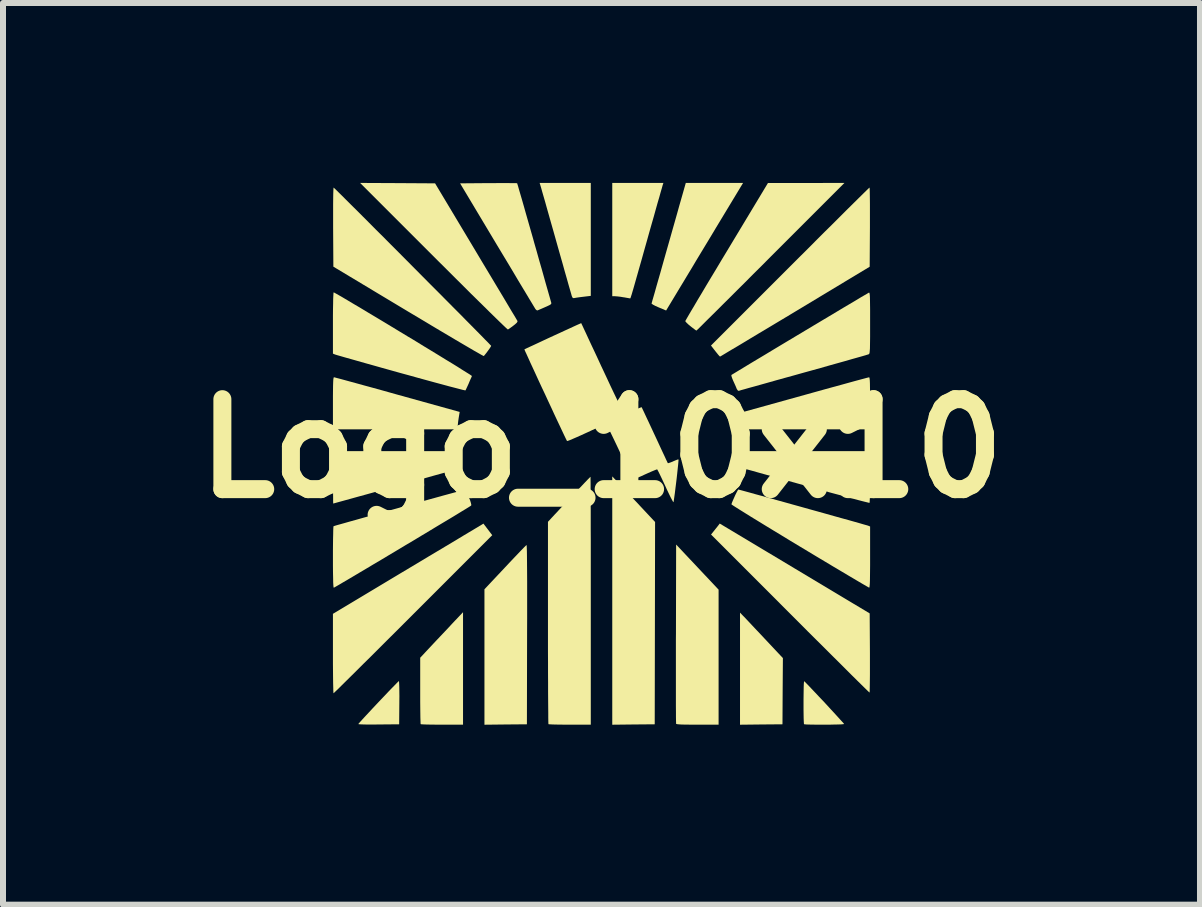
<source format=kicad_pcb>
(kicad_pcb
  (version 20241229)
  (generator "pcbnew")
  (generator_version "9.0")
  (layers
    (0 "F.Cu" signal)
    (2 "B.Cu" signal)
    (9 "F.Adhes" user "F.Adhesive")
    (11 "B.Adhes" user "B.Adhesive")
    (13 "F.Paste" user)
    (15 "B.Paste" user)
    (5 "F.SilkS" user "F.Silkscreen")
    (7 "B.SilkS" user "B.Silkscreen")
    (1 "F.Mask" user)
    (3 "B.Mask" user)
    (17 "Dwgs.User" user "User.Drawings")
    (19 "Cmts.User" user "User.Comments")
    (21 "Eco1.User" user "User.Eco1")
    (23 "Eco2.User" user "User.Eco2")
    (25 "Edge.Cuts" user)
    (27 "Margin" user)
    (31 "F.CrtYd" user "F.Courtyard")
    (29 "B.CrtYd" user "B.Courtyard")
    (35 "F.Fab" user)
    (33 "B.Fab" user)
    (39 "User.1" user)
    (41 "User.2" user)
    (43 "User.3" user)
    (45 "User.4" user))
  (footprint "Logo_10x10"
    (layer "F.Cu")
    (at 6.979 4.427)
    (property "Reference" "Logo_10x10" (at 0 0 0) (layer "F.SilkS") (effects (font (size 1.5 1.5) (thickness 0.3))))
    (attr board_only exclude_from_pos_files exclude_from_bom)
    (fp_poly (pts (xy 0.215 0.504) (xy 0.233 0.522) (xy 0.265 0.556) (xy 0.31 0.604) (xy 0.366 0.664) (xy 0.431 0.733) (xy 0.501 0.808) (xy 0.573 0.884) (xy 0.893 1.226) (xy 0.89 2.913) (xy 0.887 4.599) (xy 0.533 4.602) (xy 0.179 4.606) (xy 0.179 2.536) (xy 0.179 0.466)) (stroke (width 0) (type solid)) (fill yes) (layer "F.SilkS"))
    (fp_poly (pts (xy 2.358 2.788) (xy 2.379 2.809) (xy 2.414 2.846) (xy 2.462 2.897) (xy 2.52 2.959) (xy 2.586 3.029) (xy 2.658 3.105) (xy 2.716 3.167) (xy 3.024 3.495) (xy 3.02 4.047) (xy 3.017 4.599) (xy 2.663 4.602) (xy 2.309 4.606) (xy 2.309 3.671) (xy 2.309 2.737)) (stroke (width 0) (type solid)) (fill yes) (layer "F.SilkS"))
    (fp_poly (pts (xy -1.248 1.621) (xy -1.246 1.659) (xy -1.244 1.721) (xy -1.243 1.808) (xy -1.242 1.92) (xy -1.241 2.056) (xy -1.24 2.216) (xy -1.24 2.4) (xy -1.24 2.608) (xy -1.24 2.839) (xy -1.241 3.093) (xy -1.241 3.102) (xy -1.244 4.599) (xy -1.598 4.602) (xy -1.952 4.606) (xy -1.952 3.477) (xy -1.952 2.348) (xy -1.607 1.981) (xy -1.531 1.9) (xy -1.46 1.825) (xy -1.396 1.758) (xy -1.342 1.701) (xy -1.298 1.656) (xy -1.267 1.625) (xy -1.251 1.611) (xy -1.25 1.61)) (stroke (width 0) (type solid)) (fill yes) (layer "F.SilkS"))
    (fp_poly (pts (xy 1.598 1.978) (xy 1.952 2.354) (xy 1.952 3.48) (xy 1.952 4.605) (xy 1.601 4.605) (xy 1.491 4.605) (xy 1.404 4.604) (xy 1.339 4.603) (xy 1.292 4.6) (xy 1.262 4.597) (xy 1.247 4.593) (xy 1.243 4.589) (xy 1.243 4.575) (xy 1.242 4.536) (xy 1.241 4.476) (xy 1.241 4.394) (xy 1.24 4.293) (xy 1.24 4.175) (xy 1.24 4.041) (xy 1.24 3.893) (xy 1.24 3.732) (xy 1.24 3.56) (xy 1.24 3.379) (xy 1.24 3.19) (xy 1.241 3.088) (xy 1.244 1.602)) (stroke (width 0) (type solid)) (fill yes) (layer "F.SilkS"))
    (fp_poly (pts (xy -2.309 3.668) (xy -2.309 4.605) (xy -2.658 4.605) (xy -2.75 4.605) (xy -2.833 4.604) (xy -2.905 4.603) (xy -2.961 4.601) (xy -2.999 4.599) (xy -3.015 4.597) (xy -3.015 4.597) (xy -3.017 4.583) (xy -3.018 4.546) (xy -3.02 4.489) (xy -3.021 4.414) (xy -3.022 4.324) (xy -3.023 4.222) (xy -3.023 4.111) (xy -3.023 4.039) (xy -3.023 3.489) (xy -2.76 3.208) (xy -2.688 3.132) (xy -2.617 3.057) (xy -2.55 2.986) (xy -2.491 2.922) (xy -2.442 2.87) (xy -2.406 2.833) (xy -2.403 2.829) (xy -2.309 2.73)) (stroke (width 0) (type solid)) (fill yes) (layer "F.SilkS"))
    (fp_poly (pts (xy -4.447 -1.184) (xy -4.41 -1.174) (xy -4.352 -1.159) (xy -4.275 -1.138) (xy -4.18 -1.112) (xy -4.07 -1.082) (xy -3.947 -1.048) (xy -3.811 -1.011) (xy -3.666 -0.971) (xy -3.513 -0.928) (xy -3.406 -0.898) (xy -2.365 -0.609) (xy -2.381 -0.512) (xy -2.389 -0.457) (xy -2.395 -0.406) (xy -2.398 -0.368) (xy -2.398 -0.367) (xy -2.398 -0.319) (xy -3.438 -0.319) (xy -4.478 -0.319) (xy -4.478 -0.753) (xy -4.478 -0.875) (xy -4.477 -0.973) (xy -4.476 -1.05) (xy -4.474 -1.108) (xy -4.472 -1.148) (xy -4.468 -1.173) (xy -4.464 -1.185) (xy -4.462 -1.187)) (stroke (width 0) (type solid)) (fill yes) (layer "F.SilkS"))
    (fp_poly (pts (xy 4.466 -1.181) (xy 4.47 -1.164) (xy 4.473 -1.132) (xy 4.475 -1.084) (xy 4.476 -1.018) (xy 4.477 -0.932) (xy 4.478 -0.823) (xy 4.478 -0.753) (xy 4.478 -0.319) (xy 3.438 -0.319) (xy 2.398 -0.319) (xy 2.398 -0.367) (xy 2.395 -0.403) (xy 2.389 -0.454) (xy 2.382 -0.509) (xy 2.381 -0.512) (xy 2.365 -0.609) (xy 3.406 -0.898) (xy 3.564 -0.942) (xy 3.715 -0.984) (xy 3.857 -1.023) (xy 3.989 -1.059) (xy 4.108 -1.092) (xy 4.213 -1.121) (xy 4.302 -1.145) (xy 4.373 -1.164) (xy 4.425 -1.178) (xy 4.455 -1.185) (xy 4.462 -1.187)) (stroke (width 0) (type solid)) (fill yes) (layer "F.SilkS"))
    (fp_poly (pts (xy -3.376 3.89) (xy -3.374 3.925) (xy -3.372 3.979) (xy -3.371 4.048) (xy -3.37 4.13) (xy -3.371 4.222) (xy -3.371 4.239) (xy -3.374 4.599) (xy -3.717 4.602) (xy -3.809 4.603) (xy -3.891 4.603) (xy -3.959 4.602) (xy -4.012 4.6) (xy -4.044 4.598) (xy -4.055 4.595) (xy -4.045 4.582) (xy -4.02 4.554) (xy -3.982 4.512) (xy -3.934 4.46) (xy -3.877 4.399) (xy -3.815 4.332) (xy -3.75 4.263) (xy -3.683 4.192) (xy -3.617 4.123) (xy -3.555 4.057) (xy -3.499 3.999) (xy -3.45 3.949) (xy -3.413 3.911) (xy -3.388 3.886) (xy -3.378 3.878)) (stroke (width 0) (type solid)) (fill yes) (layer "F.SilkS"))
    (fp_poly (pts (xy -0.179 -3.486) (xy -0.179 -2.544) (xy -0.313 -2.528) (xy -0.37 -2.521) (xy -0.418 -2.514) (xy -0.452 -2.508) (xy -0.464 -2.506) (xy -0.481 -2.511) (xy -0.496 -2.541) (xy -0.501 -2.56) (xy -0.513 -2.602) (xy -0.531 -2.664) (xy -0.554 -2.744) (xy -0.581 -2.841) (xy -0.613 -2.952) (xy -0.647 -3.075) (xy -0.685 -3.208) (xy -0.725 -3.349) (xy -0.759 -3.47) (xy -0.8 -3.616) (xy -0.84 -3.756) (xy -0.877 -3.887) (xy -0.911 -4.007) (xy -0.941 -4.115) (xy -0.968 -4.208) (xy -0.99 -4.284) (xy -1.006 -4.342) (xy -1.017 -4.379) (xy -1.021 -4.392) (xy -1.032 -4.427) (xy -0.605 -4.427) (xy -0.179 -4.427)) (stroke (width 0) (type solid)) (fill yes) (layer "F.SilkS"))
    (fp_poly (pts (xy 3.221 2.001) (xy 4.471 2.75) (xy 4.475 3.41) (xy 4.475 3.537) (xy 4.475 3.656) (xy 4.475 3.764) (xy 4.474 3.86) (xy 4.473 3.941) (xy 4.472 4.004) (xy 4.471 4.047) (xy 4.469 4.068) (xy 4.468 4.07) (xy 4.458 4.061) (xy 4.431 4.035) (xy 4.388 3.993) (xy 4.33 3.936) (xy 4.258 3.865) (xy 4.173 3.781) (xy 4.076 3.684) (xy 3.969 3.577) (xy 3.851 3.46) (xy 3.724 3.333) (xy 3.589 3.199) (xy 3.447 3.058) (xy 3.3 2.91) (xy 3.147 2.757) (xy 3.142 2.752) (xy 1.826 1.435) (xy 1.876 1.373) (xy 1.907 1.334) (xy 1.935 1.299) (xy 1.949 1.281) (xy 1.971 1.252)) (stroke (width 0) (type solid)) (fill yes) (layer "F.SilkS"))
    (fp_poly (pts (xy -2.386 0.189) (xy -2.366 0.333) (xy -2.43 0.351) (xy -2.463 0.36) (xy -2.517 0.375) (xy -2.588 0.396) (xy -2.676 0.42) (xy -2.777 0.448) (xy -2.89 0.48) (xy -3.013 0.514) (xy -3.142 0.55) (xy -3.276 0.587) (xy -3.413 0.625) (xy -3.551 0.663) (xy -3.687 0.701) (xy -3.819 0.738) (xy -3.945 0.773) (xy -4.062 0.805) (xy -4.17 0.835) (xy -4.264 0.861) (xy -4.344 0.883) (xy -4.406 0.9) (xy -4.449 0.912) (xy -4.471 0.918) (xy -4.473 0.919) (xy -4.474 0.906) (xy -4.475 0.871) (xy -4.475 0.817) (xy -4.476 0.746) (xy -4.476 0.66) (xy -4.475 0.564) (xy -4.475 0.482) (xy -4.471 0.045) (xy -3.439 0.045) (xy -2.406 0.045)) (stroke (width 0) (type solid)) (fill yes) (layer "F.SilkS"))
    (fp_poly (pts (xy 4.475 0.471) (xy 4.475 0.573) (xy 4.475 0.667) (xy 4.475 0.749) (xy 4.474 0.817) (xy 4.472 0.868) (xy 4.47 0.899) (xy 4.468 0.907) (xy 4.455 0.905) (xy 4.419 0.896) (xy 4.362 0.882) (xy 4.285 0.862) (xy 4.192 0.837) (xy 4.082 0.808) (xy 3.959 0.774) (xy 3.824 0.738) (xy 3.679 0.698) (xy 3.526 0.655) (xy 3.413 0.624) (xy 3.255 0.58) (xy 3.104 0.538) (xy 2.962 0.498) (xy 2.831 0.462) (xy 2.713 0.429) (xy 2.609 0.4) (xy 2.521 0.375) (xy 2.451 0.356) (xy 2.401 0.342) (xy 2.373 0.334) (xy 2.366 0.332) (xy 2.368 0.32) (xy 2.372 0.288) (xy 2.379 0.241) (xy 2.386 0.188) (xy 2.406 0.045) (xy 3.439 0.045) (xy 4.471 0.045)) (stroke (width 0) (type solid)) (fill yes) (layer "F.SilkS"))
    (fp_poly (pts (xy -3.4 -4.424) (xy -2.775 -4.42) (xy -2.095 -3.285) (xy -2.002 -3.129) (xy -1.912 -2.979) (xy -1.826 -2.836) (xy -1.746 -2.702) (xy -1.672 -2.579) (xy -1.605 -2.467) (xy -1.547 -2.369) (xy -1.497 -2.285) (xy -1.456 -2.218) (xy -1.427 -2.169) (xy -1.409 -2.138) (xy -1.403 -2.129) (xy -1.401 -2.115) (xy -1.412 -2.097) (xy -1.44 -2.071) (xy -1.469 -2.048) (xy -1.508 -2.019) (xy -1.54 -1.996) (xy -1.559 -1.984) (xy -1.561 -1.983) (xy -1.571 -1.991) (xy -1.599 -2.016) (xy -1.642 -2.057) (xy -1.701 -2.114) (xy -1.773 -2.184) (xy -1.858 -2.267) (xy -1.954 -2.362) (xy -2.062 -2.468) (xy -2.179 -2.583) (xy -2.304 -2.708) (xy -2.437 -2.84) (xy -2.576 -2.979) (xy -2.721 -3.123) (xy -2.8 -3.202) (xy -4.025 -4.427)) (stroke (width 0) (type solid)) (fill yes) (layer "F.SilkS"))
    (fp_poly (pts (xy 2.819 -3.196) (xy 2.672 -3.048) (xy 2.529 -2.906) (xy 2.393 -2.769) (xy 2.263 -2.64) (xy 2.142 -2.519) (xy 2.029 -2.407) (xy 1.927 -2.305) (xy 1.836 -2.215) (xy 1.757 -2.137) (xy 1.692 -2.072) (xy 1.641 -2.021) (xy 1.605 -1.986) (xy 1.585 -1.968) (xy 1.582 -1.965) (xy 1.57 -1.972) (xy 1.543 -1.992) (xy 1.505 -2.021) (xy 1.486 -2.036) (xy 1.446 -2.069) (xy 1.416 -2.098) (xy 1.399 -2.118) (xy 1.397 -2.123) (xy 1.403 -2.136) (xy 1.422 -2.169) (xy 1.452 -2.221) (xy 1.493 -2.291) (xy 1.544 -2.376) (xy 1.603 -2.477) (xy 1.671 -2.59) (xy 1.745 -2.715) (xy 1.826 -2.85) (xy 1.913 -2.994) (xy 2.003 -3.145) (xy 2.086 -3.282) (xy 2.775 -4.426) (xy 3.413 -4.426) (xy 4.05 -4.427)) (stroke (width 0) (type solid)) (fill yes) (layer "F.SilkS"))
    (fp_poly (pts (xy 1.02 -4.392) (xy 1.015 -4.374) (xy 1.004 -4.334) (xy 0.986 -4.273) (xy 0.964 -4.193) (xy 0.936 -4.098) (xy 0.905 -3.988) (xy 0.871 -3.865) (xy 0.833 -3.733) (xy 0.793 -3.592) (xy 0.759 -3.47) (xy 0.709 -3.293) (xy 0.666 -3.139) (xy 0.628 -3.006) (xy 0.596 -2.893) (xy 0.569 -2.798) (xy 0.547 -2.72) (xy 0.529 -2.657) (xy 0.514 -2.607) (xy 0.503 -2.569) (xy 0.494 -2.542) (xy 0.488 -2.523) (xy 0.484 -2.511) (xy 0.48 -2.504) (xy 0.478 -2.502) (xy 0.476 -2.502) (xy 0.474 -2.502) (xy 0.458 -2.505) (xy 0.424 -2.511) (xy 0.379 -2.519) (xy 0.37 -2.52) (xy 0.316 -2.529) (xy 0.265 -2.535) (xy 0.227 -2.538) (xy 0.226 -2.538) (xy 0.179 -2.539) (xy 0.179 -3.483) (xy 0.179 -4.427) (xy 0.605 -4.427) (xy 1.032 -4.427)) (stroke (width 0) (type solid)) (fill yes) (layer "F.SilkS"))
    (fp_poly (pts (xy 3.39 3.891) (xy 3.416 3.917) (xy 3.455 3.957) (xy 3.504 4.009) (xy 3.561 4.069) (xy 3.623 4.135) (xy 3.689 4.204) (xy 3.755 4.275) (xy 3.819 4.345) (xy 3.88 4.411) (xy 3.934 4.47) (xy 3.98 4.521) (xy 4.016 4.56) (xy 4.038 4.585) (xy 4.044 4.594) (xy 4.032 4.597) (xy 3.999 4.6) (xy 3.948 4.602) (xy 3.883 4.603) (xy 3.81 4.605) (xy 3.731 4.605) (xy 3.652 4.605) (xy 3.575 4.605) (xy 3.506 4.604) (xy 3.447 4.603) (xy 3.404 4.601) (xy 3.38 4.598) (xy 3.376 4.597) (xy 3.374 4.582) (xy 3.372 4.547) (xy 3.37 4.494) (xy 3.369 4.428) (xy 3.368 4.353) (xy 3.368 4.272) (xy 3.368 4.19) (xy 3.369 4.11) (xy 3.37 4.036) (xy 3.371 3.972) (xy 3.373 3.922) (xy 3.376 3.89) (xy 3.378 3.88)) (stroke (width 0) (type solid)) (fill yes) (layer "F.SilkS"))
    (fp_poly (pts (xy -1.895 1.35) (xy -1.822 1.446) (xy -3.14 2.764) (xy -3.293 2.917) (xy -3.441 3.065) (xy -3.583 3.206) (xy -3.718 3.341) (xy -3.845 3.468) (xy -3.964 3.585) (xy -4.072 3.693) (xy -4.17 3.79) (xy -4.255 3.874) (xy -4.328 3.946) (xy -4.386 4.004) (xy -4.43 4.046) (xy -4.458 4.073) (xy -4.468 4.082) (xy -4.468 4.082) (xy -4.47 4.07) (xy -4.472 4.035) (xy -4.473 3.978) (xy -4.475 3.904) (xy -4.476 3.813) (xy -4.477 3.708) (xy -4.478 3.593) (xy -4.478 3.468) (xy -4.478 3.419) (xy -4.478 2.757) (xy -3.346 2.078) (xy -3.187 1.983) (xy -3.033 1.891) (xy -2.885 1.802) (xy -2.744 1.718) (xy -2.612 1.639) (xy -2.491 1.567) (xy -2.383 1.502) (xy -2.289 1.445) (xy -2.21 1.398) (xy -2.149 1.362) (xy -2.108 1.337) (xy -2.091 1.327) (xy -1.969 1.253)) (stroke (width 0) (type solid)) (fill yes) (layer "F.SilkS"))
    (fp_poly (pts (xy 1.911 -3.684) (xy 1.829 -3.547) (xy 1.745 -3.408) (xy 1.662 -3.271) (xy 1.581 -3.137) (xy 1.505 -3.009) (xy 1.434 -2.892) (xy 1.371 -2.787) (xy 1.317 -2.698) (xy 1.274 -2.627) (xy 1.27 -2.62) (xy 1.077 -2.3) (xy 0.953 -2.352) (xy 0.899 -2.376) (xy 0.859 -2.397) (xy 0.837 -2.413) (xy 0.834 -2.419) (xy 0.839 -2.433) (xy 0.849 -2.47) (xy 0.866 -2.528) (xy 0.888 -2.604) (xy 0.914 -2.698) (xy 0.945 -2.806) (xy 0.98 -2.927) (xy 1.017 -3.059) (xy 1.057 -3.201) (xy 1.099 -3.349) (xy 1.103 -3.363) (xy 1.146 -3.514) (xy 1.187 -3.659) (xy 1.226 -3.796) (xy 1.262 -3.923) (xy 1.294 -4.038) (xy 1.323 -4.139) (xy 1.347 -4.223) (xy 1.366 -4.29) (xy 1.379 -4.336) (xy 1.386 -4.36) (xy 1.386 -4.36) (xy 1.405 -4.427) (xy 1.882 -4.427) (xy 2.36 -4.427)) (stroke (width 0) (type solid)) (fill yes) (layer "F.SilkS"))
    (fp_poly (pts (xy 4.47 -4.338) (xy 4.472 -4.302) (xy 4.473 -4.246) (xy 4.474 -4.171) (xy 4.475 -4.081) (xy 4.475 -3.976) (xy 4.475 -3.861) (xy 4.475 -3.736) (xy 4.475 -3.69) (xy 4.471 -3.03) (xy 3.228 -2.281) (xy 3.065 -2.183) (xy 2.908 -2.089) (xy 2.758 -1.999) (xy 2.617 -1.915) (xy 2.487 -1.837) (xy 2.368 -1.765) (xy 2.263 -1.702) (xy 2.171 -1.648) (xy 2.096 -1.603) (xy 2.038 -1.568) (xy 1.998 -1.544) (xy 1.978 -1.533) (xy 1.976 -1.532) (xy 1.965 -1.541) (xy 1.943 -1.566) (xy 1.914 -1.602) (xy 1.897 -1.623) (xy 1.825 -1.716) (xy 3.142 -3.033) (xy 3.295 -3.186) (xy 3.443 -3.333) (xy 3.584 -3.475) (xy 3.719 -3.61) (xy 3.847 -3.736) (xy 3.965 -3.854) (xy 4.073 -3.962) (xy 4.17 -4.058) (xy 4.256 -4.143) (xy 4.328 -4.214) (xy 4.387 -4.272) (xy 4.43 -4.314) (xy 4.458 -4.341) (xy 4.468 -4.35) (xy 4.468 -4.35)) (stroke (width 0) (type solid)) (fill yes) (layer "F.SilkS"))
    (fp_poly (pts (xy -0.183 0.485) (xy -0.183 0.521) (xy -0.182 0.581) (xy -0.182 0.662) (xy -0.181 0.763) (xy -0.181 0.883) (xy -0.18 1.02) (xy -0.18 1.174) (xy -0.18 1.342) (xy -0.179 1.524) (xy -0.179 1.718) (xy -0.179 1.923) (xy -0.179 2.137) (xy -0.179 2.359) (xy -0.179 2.539) (xy -0.179 4.605) (xy -0.527 4.605) (xy -0.619 4.605) (xy -0.703 4.604) (xy -0.774 4.603) (xy -0.831 4.601) (xy -0.868 4.599) (xy -0.884 4.597) (xy -0.885 4.597) (xy -0.886 4.583) (xy -0.887 4.546) (xy -0.888 4.486) (xy -0.888 4.405) (xy -0.889 4.304) (xy -0.89 4.185) (xy -0.891 4.05) (xy -0.891 3.9) (xy -0.892 3.736) (xy -0.892 3.56) (xy -0.893 3.374) (xy -0.893 3.178) (xy -0.893 2.975) (xy -0.893 2.906) (xy -0.893 1.223) (xy -0.832 1.157) (xy -0.78 1.101) (xy -0.72 1.037) (xy -0.655 0.967) (xy -0.586 0.894) (xy -0.516 0.82) (xy -0.448 0.747) (xy -0.383 0.679) (xy -0.323 0.616) (xy -0.272 0.562) (xy -0.23 0.518) (xy -0.2 0.488) (xy -0.185 0.473) (xy -0.184 0.472)) (stroke (width 0) (type solid)) (fill yes) (layer "F.SilkS"))
    (fp_poly (pts (xy -1.517 -4.424) (xy -1.46 -4.424) (xy -1.422 -4.423) (xy -1.407 -4.422) (xy -1.407 -4.422) (xy -1.403 -4.409) (xy -1.392 -4.374) (xy -1.376 -4.317) (xy -1.354 -4.242) (xy -1.327 -4.15) (xy -1.296 -4.042) (xy -1.262 -3.921) (xy -1.224 -3.788) (xy -1.183 -3.645) (xy -1.14 -3.495) (xy -1.124 -3.436) (xy -1.08 -3.283) (xy -1.039 -3.136) (xy -0.999 -2.998) (xy -0.963 -2.87) (xy -0.931 -2.755) (xy -0.902 -2.654) (xy -0.878 -2.57) (xy -0.859 -2.504) (xy -0.846 -2.457) (xy -0.839 -2.433) (xy -0.838 -2.43) (xy -0.837 -2.417) (xy -0.845 -2.404) (xy -0.867 -2.39) (xy -0.907 -2.371) (xy -0.941 -2.356) (xy -0.991 -2.334) (xy -1.033 -2.316) (xy -1.061 -2.304) (xy -1.067 -2.301) (xy -1.084 -2.306) (xy -1.102 -2.324) (xy -1.111 -2.339) (xy -1.132 -2.374) (xy -1.165 -2.429) (xy -1.208 -2.5) (xy -1.26 -2.587) (xy -1.321 -2.688) (xy -1.389 -2.801) (xy -1.463 -2.926) (xy -1.543 -3.06) (xy -1.628 -3.201) (xy -1.717 -3.349) (xy -1.74 -3.387) (xy -2.358 -4.42) (xy -1.885 -4.424) (xy -1.778 -4.424) (xy -1.679 -4.425) (xy -1.591 -4.425)) (stroke (width 0) (type solid)) (fill yes) (layer "F.SilkS"))
    (fp_poly (pts (xy -4.457 -4.341) (xy -4.43 -4.316) (xy -4.388 -4.274) (xy -4.331 -4.218) (xy -4.262 -4.149) (xy -4.181 -4.068) (xy -4.088 -3.976) (xy -3.987 -3.875) (xy -3.877 -3.765) (xy -3.761 -3.648) (xy -3.638 -3.526) (xy -3.511 -3.398) (xy -3.381 -3.268) (xy -3.249 -3.135) (xy -3.116 -3.001) (xy -2.983 -2.867) (xy -2.852 -2.735) (xy -2.723 -2.606) (xy -2.599 -2.481) (xy -2.479 -2.36) (xy -2.366 -2.247) (xy -2.261 -2.14) (xy -2.165 -2.043) (xy -2.079 -1.956) (xy -2.004 -1.88) (xy -1.942 -1.816) (xy -1.893 -1.767) (xy -1.86 -1.732) (xy -1.842 -1.714) (xy -1.84 -1.711) (xy -1.846 -1.698) (xy -1.863 -1.671) (xy -1.888 -1.636) (xy -1.915 -1.599) (xy -1.942 -1.565) (xy -1.962 -1.541) (xy -1.963 -1.541) (xy -1.975 -1.546) (xy -2.007 -1.563) (xy -2.059 -1.593) (xy -2.128 -1.632) (xy -2.213 -1.682) (xy -2.314 -1.741) (xy -2.428 -1.808) (xy -2.554 -1.883) (xy -2.691 -1.964) (xy -2.837 -2.051) (xy -2.992 -2.144) (xy -3.153 -2.24) (xy -3.222 -2.281) (xy -4.471 -3.031) (xy -4.475 -3.691) (xy -4.475 -3.828) (xy -4.475 -3.953) (xy -4.475 -4.065) (xy -4.474 -4.161) (xy -4.473 -4.24) (xy -4.471 -4.299) (xy -4.469 -4.336) (xy -4.467 -4.35) (xy -4.467 -4.35)) (stroke (width 0) (type solid)) (fill yes) (layer "F.SilkS"))
    (fp_poly (pts (xy -4.452 -2.596) (xy -4.418 -2.577) (xy -4.367 -2.548) (xy -4.298 -2.508) (xy -4.216 -2.459) (xy -4.12 -2.402) (xy -4.013 -2.339) (xy -3.897 -2.269) (xy -3.773 -2.195) (xy -3.643 -2.117) (xy -3.509 -2.036) (xy -3.372 -1.953) (xy -3.235 -1.87) (xy -3.098 -1.788) (xy -2.965 -1.706) (xy -2.836 -1.628) (xy -2.713 -1.553) (xy -2.598 -1.482) (xy -2.492 -1.418) (xy -2.398 -1.36) (xy -2.318 -1.309) (xy -2.252 -1.268) (xy -2.202 -1.237) (xy -2.171 -1.216) (xy -2.161 -1.208) (xy -2.161 -1.208) (xy -2.168 -1.19) (xy -2.184 -1.155) (xy -2.204 -1.109) (xy -2.214 -1.084) (xy -2.236 -1.036) (xy -2.254 -0.997) (xy -2.266 -0.972) (xy -2.269 -0.968) (xy -2.282 -0.97) (xy -2.318 -0.978) (xy -2.375 -0.993) (xy -2.452 -1.013) (xy -2.545 -1.037) (xy -2.655 -1.067) (xy -2.778 -1.1) (xy -2.913 -1.137) (xy -3.059 -1.177) (xy -3.213 -1.22) (xy -3.349 -1.257) (xy -3.51 -1.302) (xy -3.664 -1.345) (xy -3.809 -1.386) (xy -3.945 -1.424) (xy -4.068 -1.459) (xy -4.177 -1.49) (xy -4.27 -1.516) (xy -4.346 -1.538) (xy -4.402 -1.554) (xy -4.438 -1.565) (xy -4.449 -1.569) (xy -4.478 -1.581) (xy -4.478 -2.092) (xy -4.478 -2.216) (xy -4.477 -2.326) (xy -4.475 -2.42) (xy -4.474 -2.497) (xy -4.471 -2.555) (xy -4.469 -2.59) (xy -4.466 -2.603)) (stroke (width 0) (type solid)) (fill yes) (layer "F.SilkS"))
    (fp_poly (pts (xy 2.297 0.689) (xy 2.336 0.699) (xy 2.395 0.715) (xy 2.472 0.736) (xy 2.564 0.762) (xy 2.671 0.791) (xy 2.788 0.824) (xy 2.915 0.859) (xy 3.049 0.896) (xy 3.188 0.935) (xy 3.329 0.974) (xy 3.471 1.014) (xy 3.612 1.053) (xy 3.748 1.091) (xy 3.879 1.128) (xy 4.001 1.162) (xy 4.114 1.193) (xy 4.213 1.221) (xy 4.298 1.245) (xy 4.366 1.265) (xy 4.416 1.279) (xy 4.444 1.287) (xy 4.449 1.289) (xy 4.478 1.301) (xy 4.478 1.811) (xy 4.478 1.944) (xy 4.477 2.053) (xy 4.476 2.141) (xy 4.475 2.209) (xy 4.473 2.259) (xy 4.47 2.293) (xy 4.467 2.313) (xy 4.463 2.321) (xy 4.462 2.321) (xy 4.449 2.314) (xy 4.416 2.295) (xy 4.364 2.265) (xy 4.294 2.224) (xy 4.208 2.173) (xy 4.108 2.114) (xy 3.994 2.046) (xy 3.869 1.972) (xy 3.734 1.891) (xy 3.59 1.805) (xy 3.439 1.714) (xy 3.304 1.633) (xy 3.148 1.539) (xy 2.999 1.448) (xy 2.857 1.362) (xy 2.724 1.281) (xy 2.602 1.206) (xy 2.492 1.139) (xy 2.396 1.079) (xy 2.314 1.028) (xy 2.249 0.987) (xy 2.202 0.957) (xy 2.174 0.938) (xy 2.166 0.931) (xy 2.174 0.906) (xy 2.19 0.867) (xy 2.21 0.822) (xy 2.231 0.775) (xy 2.252 0.733) (xy 2.269 0.701) (xy 2.279 0.685) (xy 2.28 0.684)) (stroke (width 0) (type solid)) (fill yes) (layer "F.SilkS"))
    (fp_poly (pts (xy -2.268 0.701) (xy -2.25 0.73) (xy -2.229 0.772) (xy -2.209 0.82) (xy -2.19 0.868) (xy -2.177 0.911) (xy -2.171 0.941) (xy -2.174 0.952) (xy -2.187 0.961) (xy -2.22 0.982) (xy -2.272 1.014) (xy -2.34 1.055) (xy -2.423 1.106) (xy -2.519 1.164) (xy -2.626 1.228) (xy -2.743 1.298) (xy -2.867 1.373) (xy -2.997 1.451) (xy -3.131 1.532) (xy -3.268 1.613) (xy -3.406 1.696) (xy -3.542 1.777) (xy -3.675 1.857) (xy -3.804 1.933) (xy -3.926 2.006) (xy -4.041 2.074) (xy -4.145 2.136) (xy -4.238 2.191) (xy -4.317 2.237) (xy -4.381 2.275) (xy -4.428 2.302) (xy -4.456 2.318) (xy -4.464 2.322) (xy -4.468 2.312) (xy -4.471 2.283) (xy -4.474 2.234) (xy -4.475 2.162) (xy -4.477 2.068) (xy -4.478 1.951) (xy -4.478 1.812) (xy -4.478 1.701) (xy -4.477 1.597) (xy -4.476 1.505) (xy -4.474 1.426) (xy -4.473 1.364) (xy -4.471 1.32) (xy -4.469 1.299) (xy -4.468 1.297) (xy -4.454 1.292) (xy -4.418 1.281) (xy -4.361 1.265) (xy -4.286 1.244) (xy -4.195 1.218) (xy -4.09 1.189) (xy -3.974 1.156) (xy -3.848 1.121) (xy -3.715 1.084) (xy -3.576 1.045) (xy -3.435 1.006) (xy -3.292 0.966) (xy -3.151 0.927) (xy -3.013 0.889) (xy -2.881 0.852) (xy -2.757 0.818) (xy -2.642 0.786) (xy -2.539 0.758) (xy -2.451 0.734) (xy -2.378 0.715) (xy -2.324 0.7) (xy -2.291 0.692) (xy -2.281 0.689)) (stroke (width 0) (type solid)) (fill yes) (layer "F.SilkS"))
    (fp_poly (pts (xy 4.467 -2.592) (xy 4.47 -2.579) (xy 4.473 -2.555) (xy 4.475 -2.519) (xy 4.476 -2.469) (xy 4.477 -2.402) (xy 4.478 -2.315) (xy 4.478 -2.208) (xy 4.478 -2.094) (xy 4.478 -1.966) (xy 4.478 -1.861) (xy 4.477 -1.777) (xy 4.476 -1.711) (xy 4.475 -1.661) (xy 4.472 -1.626) (xy 4.47 -1.601) (xy 4.466 -1.585) (xy 4.462 -1.576) (xy 4.456 -1.571) (xy 4.456 -1.571) (xy 4.44 -1.566) (xy 4.402 -1.554) (xy 4.343 -1.537) (xy 4.265 -1.515) (xy 4.169 -1.488) (xy 4.058 -1.456) (xy 3.933 -1.421) (xy 3.797 -1.383) (xy 3.65 -1.341) (xy 3.495 -1.298) (xy 3.368 -1.263) (xy 3.208 -1.218) (xy 3.055 -1.176) (xy 2.911 -1.136) (xy 2.777 -1.098) (xy 2.656 -1.064) (xy 2.549 -1.034) (xy 2.457 -1.009) (xy 2.384 -0.988) (xy 2.329 -0.973) (xy 2.297 -0.963) (xy 2.287 -0.96) (xy 2.272 -0.967) (xy 2.254 -0.994) (xy 2.251 -1.003) (xy 2.235 -1.041) (xy 2.213 -1.09) (xy 2.193 -1.134) (xy 2.176 -1.176) (xy 2.166 -1.208) (xy 2.165 -1.225) (xy 2.165 -1.225) (xy 2.178 -1.233) (xy 2.211 -1.253) (xy 2.262 -1.284) (xy 2.33 -1.325) (xy 2.412 -1.375) (xy 2.508 -1.433) (xy 2.615 -1.497) (xy 2.732 -1.567) (xy 2.856 -1.642) (xy 2.986 -1.72) (xy 3.121 -1.801) (xy 3.258 -1.883) (xy 3.395 -1.965) (xy 3.532 -2.047) (xy 3.666 -2.127) (xy 3.795 -2.204) (xy 3.917 -2.277) (xy 4.032 -2.346) (xy 4.137 -2.408) (xy 4.23 -2.463) (xy 4.309 -2.511) (xy 4.374 -2.549) (xy 4.421 -2.576) (xy 4.449 -2.593) (xy 4.457 -2.597) (xy 4.463 -2.598)) (stroke (width 0) (type solid)) (fill yes) (layer "F.SilkS"))
    (fp_poly (pts (xy -0.333 -2.077) (xy -0.317 -2.044) (xy -0.293 -1.992) (xy -0.26 -1.922) (xy -0.221 -1.837) (xy -0.175 -1.738) (xy -0.123 -1.628) (xy -0.067 -1.508) (xy -0.008 -1.38) (xy 0.019 -1.323) (xy 0.085 -1.182) (xy 0.146 -1.051) (xy 0.202 -0.933) (xy 0.252 -0.829) (xy 0.296 -0.739) (xy 0.332 -0.667) (xy 0.36 -0.612) (xy 0.378 -0.578) (xy 0.387 -0.566) (xy 0.388 -0.566) (xy 0.404 -0.573) (xy 0.439 -0.589) (xy 0.486 -0.61) (xy 0.533 -0.632) (xy 0.585 -0.656) (xy 0.629 -0.674) (xy 0.658 -0.685) (xy 0.669 -0.688) (xy 0.675 -0.675) (xy 0.691 -0.642) (xy 0.715 -0.591) (xy 0.746 -0.524) (xy 0.784 -0.444) (xy 0.826 -0.354) (xy 0.872 -0.255) (xy 0.887 -0.223) (xy 0.934 -0.122) (xy 0.977 -0.029) (xy 1.016 0.055) (xy 1.05 0.127) (xy 1.076 0.184) (xy 1.095 0.223) (xy 1.104 0.243) (xy 1.105 0.245) (xy 1.118 0.244) (xy 1.148 0.234) (xy 1.189 0.218) (xy 1.194 0.215) (xy 1.236 0.197) (xy 1.268 0.185) (xy 1.283 0.182) (xy 1.283 0.182) (xy 1.284 0.196) (xy 1.281 0.231) (xy 1.276 0.283) (xy 1.269 0.349) (xy 1.261 0.425) (xy 1.252 0.506) (xy 1.242 0.588) (xy 1.232 0.668) (xy 1.223 0.742) (xy 1.214 0.806) (xy 1.207 0.856) (xy 1.202 0.887) (xy 1.2 0.896) (xy 1.192 0.888) (xy 1.176 0.859) (xy 1.152 0.814) (xy 1.123 0.754) (xy 1.089 0.683) (xy 1.065 0.63) (xy 1.029 0.553) (xy 0.996 0.483) (xy 0.968 0.425) (xy 0.946 0.381) (xy 0.932 0.355) (xy 0.928 0.349) (xy 0.914 0.352) (xy 0.881 0.365) (xy 0.833 0.385) (xy 0.774 0.411) (xy 0.725 0.433) (xy 0.66 0.463) (xy 0.604 0.487) (xy 0.559 0.504) (xy 0.53 0.513) (xy 0.522 0.514) (xy 0.514 0.5) (xy 0.498 0.466) (xy 0.472 0.414) (xy 0.44 0.347) (xy 0.402 0.266) (xy 0.359 0.175) (xy 0.313 0.077) (xy 0.302 0.051) (xy 0.255 -0.049) (xy 0.211 -0.141) (xy 0.171 -0.224) (xy 0.137 -0.294) (xy 0.11 -0.349) (xy 0.09 -0.387) (xy 0.08 -0.404) (xy 0.079 -0.405) (xy 0.064 -0.401) (xy 0.03 -0.388) (xy -0.021 -0.366) (xy -0.086 -0.337) (xy -0.162 -0.303) (xy -0.245 -0.264) (xy -0.25 -0.262) (xy -0.333 -0.224) (xy -0.409 -0.19) (xy -0.474 -0.162) (xy -0.525 -0.14) (xy -0.56 -0.127) (xy -0.575 -0.124) (xy -0.575 -0.124) (xy -0.582 -0.137) (xy -0.599 -0.171) (xy -0.624 -0.223) (xy -0.656 -0.291) (xy -0.694 -0.372) (xy -0.738 -0.465) (xy -0.786 -0.567) (xy -0.836 -0.676) (xy -0.889 -0.789) (xy -0.942 -0.904) (xy -0.996 -1.018) (xy -1.048 -1.13) (xy -1.097 -1.237) (xy -1.143 -1.337) (xy -1.185 -1.427) (xy -1.22 -1.505) (xy -1.249 -1.569) (xy -1.271 -1.616) (xy -1.283 -1.644) (xy -1.286 -1.652) (xy -1.272 -1.659) (xy -1.239 -1.675) (xy -1.189 -1.698) (xy -1.124 -1.728) (xy -1.049 -1.763) (xy -0.966 -1.802) (xy -0.878 -1.843) (xy -0.787 -1.885) (xy -0.697 -1.926) (xy -0.611 -1.966) (xy -0.532 -2.002) (xy -0.463 -2.034) (xy -0.406 -2.06) (xy -0.365 -2.078) (xy -0.342 -2.088) (xy -0.338 -2.089)) (stroke (width 0) (type solid)) (fill yes) (layer "F.SilkS")))
  (gr_rect
    (start -3 -3)
    (end 16.957 12.033)
    (stroke (width 0.1) (type default))
    (fill no)
    (layer "Edge.Cuts")))
</source>
